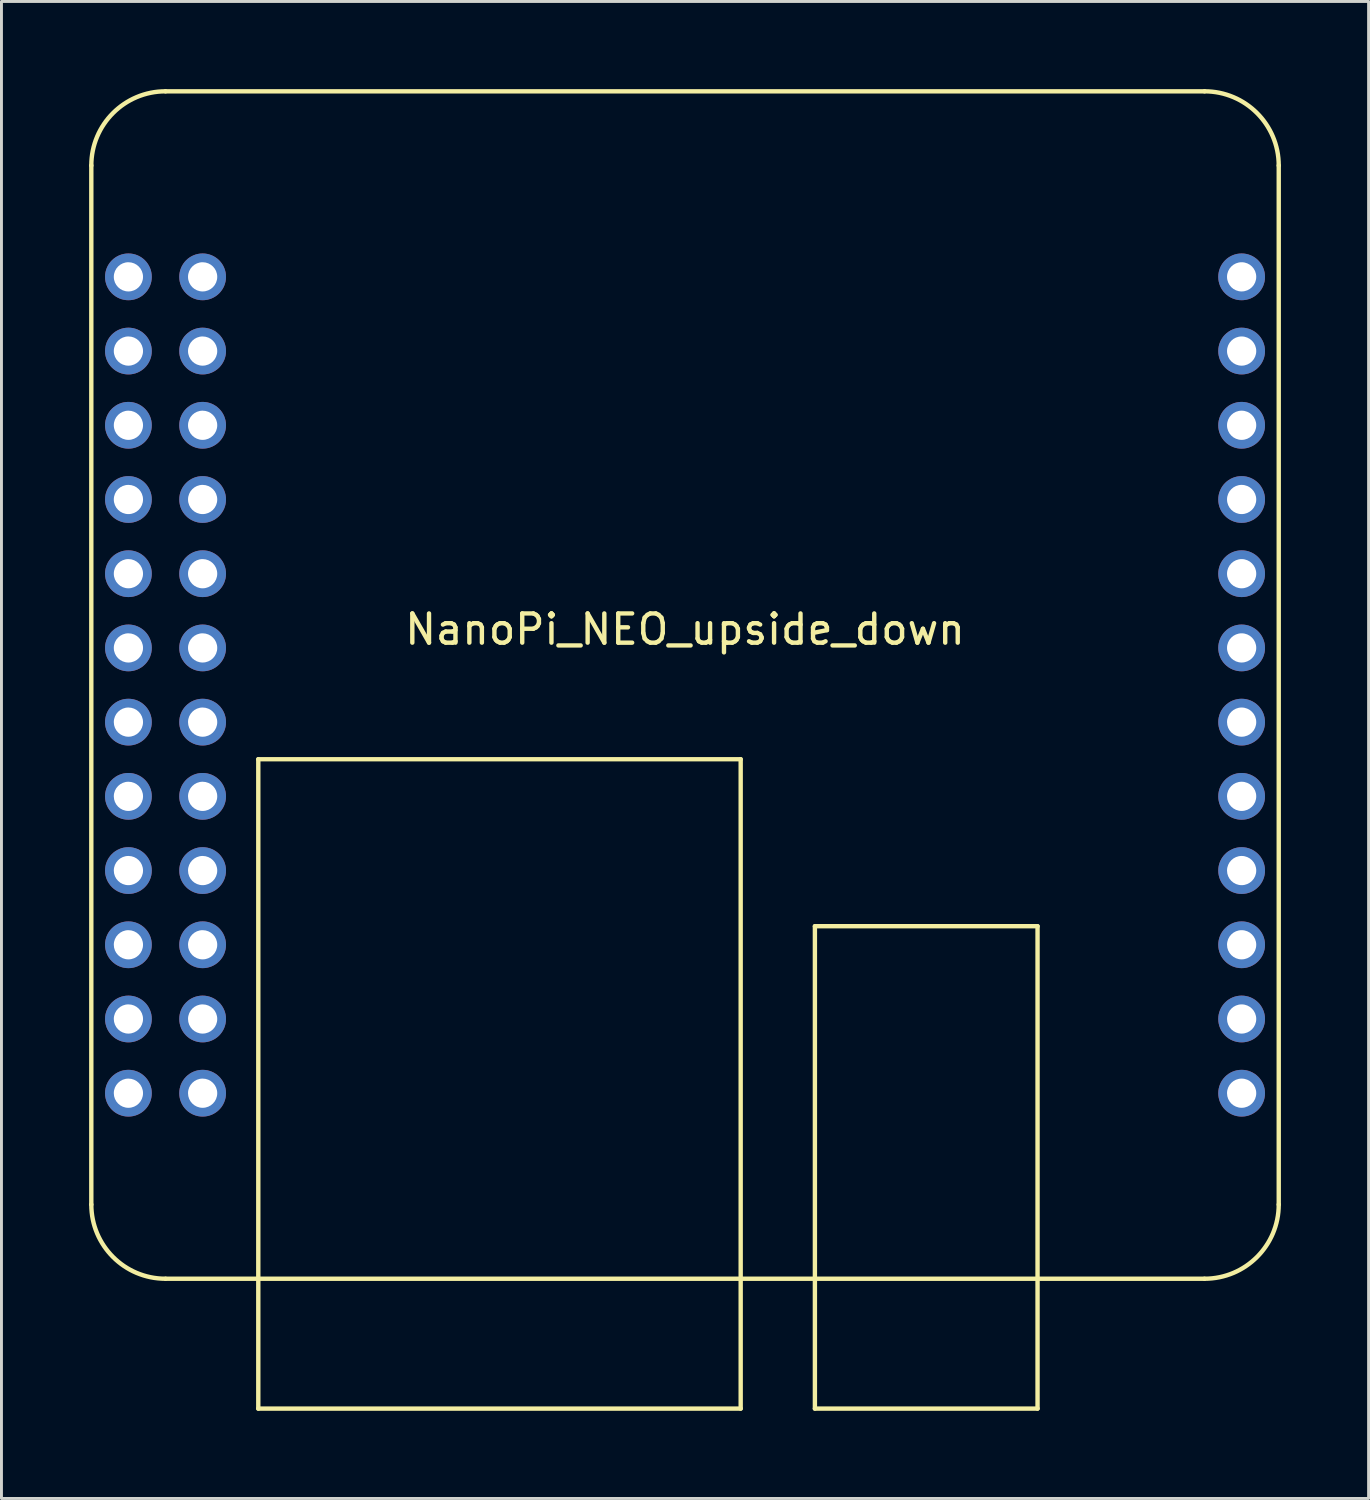
<source format=kicad_pcb>
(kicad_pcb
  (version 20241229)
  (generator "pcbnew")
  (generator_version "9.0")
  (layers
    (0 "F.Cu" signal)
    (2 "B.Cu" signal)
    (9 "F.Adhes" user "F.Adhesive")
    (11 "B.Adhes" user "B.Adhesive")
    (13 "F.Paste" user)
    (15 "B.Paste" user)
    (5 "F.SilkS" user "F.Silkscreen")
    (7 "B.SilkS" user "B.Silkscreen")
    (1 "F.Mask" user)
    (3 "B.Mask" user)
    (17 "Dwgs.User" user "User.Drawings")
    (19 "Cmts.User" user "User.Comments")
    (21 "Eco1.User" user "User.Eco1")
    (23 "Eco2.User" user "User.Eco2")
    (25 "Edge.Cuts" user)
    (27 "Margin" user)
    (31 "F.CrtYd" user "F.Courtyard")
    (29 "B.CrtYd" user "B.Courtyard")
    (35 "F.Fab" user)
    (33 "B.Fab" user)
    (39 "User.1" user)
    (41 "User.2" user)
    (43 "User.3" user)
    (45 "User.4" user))
  (footprint "NanoPi_NEO_upside_down"
    (layer "F.Cu")
    (at 20.395 20.395)
    (property "Reference" "NanoPi_NEO_upside_down" (at 0 -1.905 0) (layer "F.SilkS") (effects (font (size 1 1) (thickness 0.15))))
    (attr through_hole)
    (fp_line (start -20.32 17.78) (end -20.32 -17.78) (stroke (width 0.15) (type solid)) (layer "F.SilkS"))
    (fp_line (start -17.78 -20.32) (end 17.78 -20.32) (stroke (width 0.15) (type solid)) (layer "F.SilkS"))
    (fp_line (start -14.605 2.54) (end 1.905 2.54) (stroke (width 0.15) (type solid)) (layer "F.SilkS"))
    (fp_line (start -14.605 20.32) (end -14.605 2.54) (stroke (width 0.15) (type solid)) (layer "F.SilkS"))
    (fp_line (start -14.605 20.32) (end -14.605 24.765) (stroke (width 0.15) (type solid)) (layer "F.SilkS"))
    (fp_line (start -14.605 24.765) (end 1.905 24.765) (stroke (width 0.15) (type solid)) (layer "F.SilkS"))
    (fp_line (start 1.905 2.54) (end 1.905 20.32) (stroke (width 0.15) (type solid)) (layer "F.SilkS"))
    (fp_line (start 1.905 24.765) (end 1.905 20.32) (stroke (width 0.15) (type solid)) (layer "F.SilkS"))
    (fp_line (start 4.445 8.255) (end 4.445 20.32) (stroke (width 0.15) (type solid)) (layer "F.SilkS"))
    (fp_line (start 4.445 20.32) (end 4.445 24.765) (stroke (width 0.15) (type solid)) (layer "F.SilkS"))
    (fp_line (start 4.445 24.765) (end 12.065 24.765) (stroke (width 0.15) (type solid)) (layer "F.SilkS"))
    (fp_line (start 12.065 8.255) (end 4.445 8.255) (stroke (width 0.15) (type solid)) (layer "F.SilkS"))
    (fp_line (start 12.065 20.32) (end 12.065 8.255) (stroke (width 0.15) (type solid)) (layer "F.SilkS"))
    (fp_line (start 12.065 24.765) (end 12.065 20.32) (stroke (width 0.15) (type solid)) (layer "F.SilkS"))
    (fp_line (start 17.78 20.32) (end -17.78 20.32) (stroke (width 0.15) (type solid)) (layer "F.SilkS"))
    (fp_line (start 20.32 -17.78) (end 20.32 17.78) (stroke (width 0.15) (type solid)) (layer "F.SilkS"))
    (fp_arc (start -20.32 -17.78) (mid -19.576051 -19.576051) (end -17.78 -20.32) (stroke (width 0.15) (type solid)) (layer "F.SilkS"))
    (fp_arc (start -17.78 20.32) (mid -19.576051 19.576051) (end -20.32 17.78) (stroke (width 0.15) (type solid)) (layer "F.SilkS"))
    (fp_arc (start 17.78 -20.32) (mid 19.576051 -19.576051) (end 20.32 -17.78) (stroke (width 0.15) (type solid)) (layer "F.SilkS"))
    (fp_arc (start 20.32 17.78) (mid 19.576051 19.576051) (end 17.78 20.32) (stroke (width 0.15) (type solid)) (layer "F.SilkS"))
    (pad "1" thru_hole circle (at -16.51 -13.97) (size 1.6 1.6) (drill 1) (layers "*.Cu" "*.Mask"))
    (pad "2" thru_hole circle (at -19.05 -13.97) (size 1.6 1.6) (drill 1) (layers "*.Cu" "*.Mask"))
    (pad "3" thru_hole circle (at -16.51 -11.43) (size 1.6 1.6) (drill 1) (layers "*.Cu" "*.Mask"))
    (pad "4" thru_hole circle (at -19.05 -11.43) (size 1.6 1.6) (drill 1) (layers "*.Cu" "*.Mask"))
    (pad "5" thru_hole circle (at -16.51 -8.89) (size 1.6 1.6) (drill 1) (layers "*.Cu" "*.Mask"))
    (pad "6" thru_hole circle (at -19.05 -8.89) (size 1.6 1.6) (drill 1) (layers "*.Cu" "*.Mask"))
    (pad "7" thru_hole circle (at -16.51 -6.35) (size 1.6 1.6) (drill 1) (layers "*.Cu" "*.Mask"))
    (pad "8" thru_hole circle (at -19.05 -6.35) (size 1.6 1.6) (drill 1) (layers "*.Cu" "*.Mask"))
    (pad "9" thru_hole circle (at -16.51 -3.81) (size 1.6 1.6) (drill 1) (layers "*.Cu" "*.Mask"))
    (pad "10" thru_hole circle (at -19.05 -3.81) (size 1.6 1.6) (drill 1) (layers "*.Cu" "*.Mask"))
    (pad "11" thru_hole circle (at -16.51 -1.27) (size 1.6 1.6) (drill 1) (layers "*.Cu" "*.Mask"))
    (pad "12" thru_hole circle (at -19.05 -1.27) (size 1.6 1.6) (drill 1) (layers "*.Cu" "*.Mask"))
    (pad "13" thru_hole circle (at -16.51 1.27) (size 1.6 1.6) (drill 1) (layers "*.Cu" "*.Mask"))
    (pad "14" thru_hole circle (at -19.05 1.27) (size 1.6 1.6) (drill 1) (layers "*.Cu" "*.Mask"))
    (pad "15" thru_hole circle (at -16.51 3.81) (size 1.6 1.6) (drill 1) (layers "*.Cu" "*.Mask"))
    (pad "16" thru_hole circle (at -19.05 3.81) (size 1.6 1.6) (drill 1) (layers "*.Cu" "*.Mask"))
    (pad "17" thru_hole circle (at -16.51 6.35) (size 1.6 1.6) (drill 1) (layers "*.Cu" "*.Mask"))
    (pad "18" thru_hole circle (at -19.05 6.35) (size 1.6 1.6) (drill 1) (layers "*.Cu" "*.Mask"))
    (pad "19" thru_hole circle (at -16.51 8.89) (size 1.6 1.6) (drill 1) (layers "*.Cu" "*.Mask"))
    (pad "20" thru_hole circle (at -19.05 8.89) (size 1.6 1.6) (drill 1) (layers "*.Cu" "*.Mask"))
    (pad "21" thru_hole circle (at -16.51 11.43) (size 1.6 1.6) (drill 1) (layers "*.Cu" "*.Mask"))
    (pad "22" thru_hole circle (at -19.05 11.43) (size 1.6 1.6) (drill 1) (layers "*.Cu" "*.Mask"))
    (pad "23" thru_hole circle (at -16.51 13.97) (size 1.6 1.6) (drill 1) (layers "*.Cu" "*.Mask"))
    (pad "24" thru_hole circle (at -19.05 13.97) (size 1.6 1.6) (drill 1) (layers "*.Cu" "*.Mask"))
    (pad "25" thru_hole circle (at 19.05 -13.97) (size 1.6 1.6) (drill 1) (layers "*.Cu" "*.Mask"))
    (pad "26" thru_hole circle (at 19.05 -11.43) (size 1.6 1.6) (drill 1) (layers "*.Cu" "*.Mask"))
    (pad "27" thru_hole circle (at 19.05 -8.89) (size 1.6 1.6) (drill 1) (layers "*.Cu" "*.Mask"))
    (pad "28" thru_hole circle (at 19.05 -6.35) (size 1.6 1.6) (drill 1) (layers "*.Cu" "*.Mask"))
    (pad "29" thru_hole circle (at 19.05 -3.81) (size 1.6 1.6) (drill 1) (layers "*.Cu" "*.Mask"))
    (pad "30" thru_hole circle (at 19.05 -1.27) (size 1.6 1.6) (drill 1) (layers "*.Cu" "*.Mask"))
    (pad "31" thru_hole circle (at 19.05 1.27) (size 1.6 1.6) (drill 1) (layers "*.Cu" "*.Mask"))
    (pad "32" thru_hole circle (at 19.05 3.81) (size 1.6 1.6) (drill 1) (layers "*.Cu" "*.Mask"))
    (pad "33" thru_hole circle (at 19.05 6.35) (size 1.6 1.6) (drill 1) (layers "*.Cu" "*.Mask"))
    (pad "34" thru_hole circle (at 19.05 8.89) (size 1.6 1.6) (drill 1) (layers "*.Cu" "*.Mask"))
    (pad "35" thru_hole circle (at 19.05 11.43) (size 1.6 1.6) (drill 1) (layers "*.Cu" "*.Mask"))
    (pad "36" thru_hole circle (at 19.05 13.97) (size 1.6 1.6) (drill 1) (layers "*.Cu" "*.Mask")))
  (gr_rect
    (start -3 -3)
    (end 43.79 48.235)
    (stroke (width 0.1) (type default))
    (fill no)
    (layer "Edge.Cuts")))
</source>
